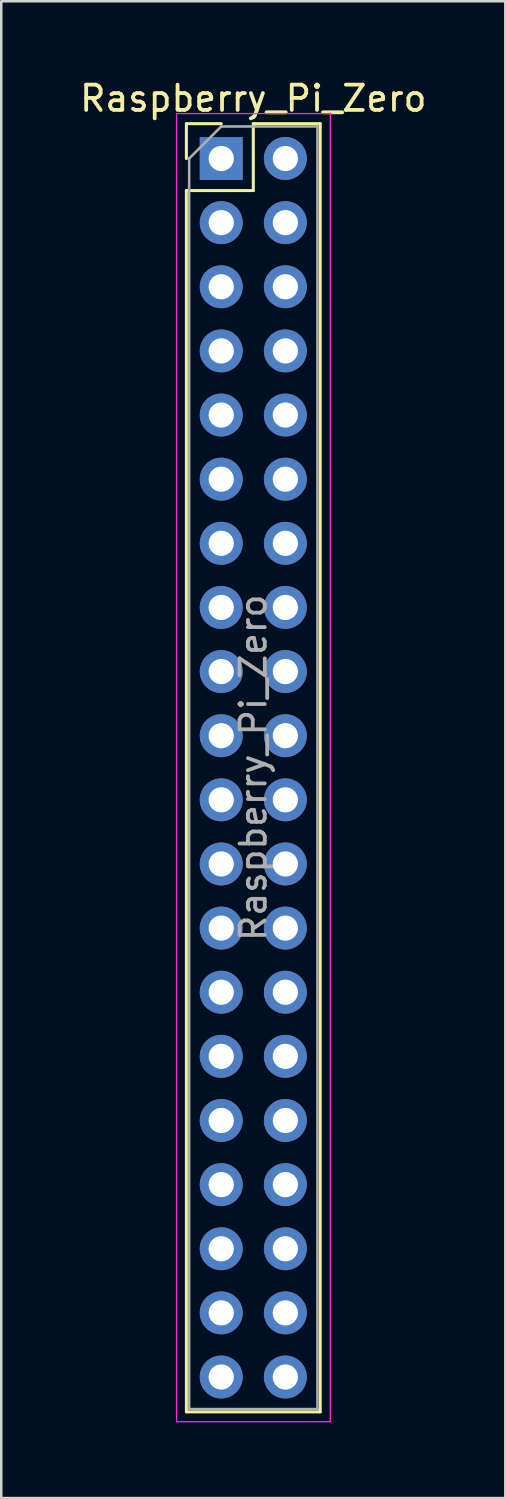
<source format=kicad_pcb>
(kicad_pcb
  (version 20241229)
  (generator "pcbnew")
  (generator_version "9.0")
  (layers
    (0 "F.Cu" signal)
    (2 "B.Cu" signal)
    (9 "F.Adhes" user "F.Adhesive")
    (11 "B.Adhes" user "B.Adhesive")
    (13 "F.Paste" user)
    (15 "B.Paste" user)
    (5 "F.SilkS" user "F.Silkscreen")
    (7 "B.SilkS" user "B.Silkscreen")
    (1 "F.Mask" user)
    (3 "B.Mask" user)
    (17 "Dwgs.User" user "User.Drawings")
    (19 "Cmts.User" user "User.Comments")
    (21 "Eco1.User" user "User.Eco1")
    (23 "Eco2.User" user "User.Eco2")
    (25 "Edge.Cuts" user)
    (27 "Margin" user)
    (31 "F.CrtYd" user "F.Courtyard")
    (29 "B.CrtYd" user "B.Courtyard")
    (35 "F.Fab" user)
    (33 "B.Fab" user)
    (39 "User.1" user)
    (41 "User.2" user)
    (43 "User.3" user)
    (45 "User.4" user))
  (footprint "Raspberry_Pi_Zero"
    (layer "F.Cu")
    (at 5.712 3.228)
    (property "Reference" "Raspberry_Pi_Zero" (at 1.27 -2.38 0) (layer "F.SilkS") (effects (font (size 1 1) (thickness 0.15))))
    (attr through_hole)
    (fp_line (start -1.38 -1.38) (end 0 -1.38) (stroke (width 0.12) (type solid)) (layer "F.SilkS"))
    (fp_line (start -1.38 0) (end -1.38 -1.38) (stroke (width 0.12) (type solid)) (layer "F.SilkS"))
    (fp_line (start -1.38 1.27) (end -1.38 49.64) (stroke (width 0.12) (type solid)) (layer "F.SilkS"))
    (fp_line (start -1.38 1.27) (end 1.27 1.27) (stroke (width 0.12) (type solid)) (layer "F.SilkS"))
    (fp_line (start -1.38 49.64) (end 3.92 49.64) (stroke (width 0.12) (type solid)) (layer "F.SilkS"))
    (fp_line (start 1.27 -1.38) (end 3.92 -1.38) (stroke (width 0.12) (type solid)) (layer "F.SilkS"))
    (fp_line (start 1.27 1.27) (end 1.27 -1.38) (stroke (width 0.12) (type solid)) (layer "F.SilkS"))
    (fp_line (start 3.92 -1.38) (end 3.92 49.64) (stroke (width 0.12) (type solid)) (layer "F.SilkS"))
    (fp_line (start -1.77 -1.78) (end -1.77 50.03) (stroke (width 0.05) (type solid)) (layer "F.CrtYd"))
    (fp_line (start -1.77 50.03) (end 4.32 50.03) (stroke (width 0.05) (type solid)) (layer "F.CrtYd"))
    (fp_line (start 4.32 -1.78) (end -1.77 -1.78) (stroke (width 0.05) (type solid)) (layer "F.CrtYd"))
    (fp_line (start 4.32 50.03) (end 4.32 -1.78) (stroke (width 0.05) (type solid)) (layer "F.CrtYd"))
    (fp_line (start -1.27 0) (end 0 -1.27) (stroke (width 0.1) (type solid)) (layer "F.Fab"))
    (fp_line (start -1.27 49.53) (end -1.27 0) (stroke (width 0.1) (type solid)) (layer "F.Fab"))
    (fp_line (start 0 -1.27) (end 3.81 -1.27) (stroke (width 0.1) (type solid)) (layer "F.Fab"))
    (fp_line (start 3.81 -1.27) (end 3.81 49.53) (stroke (width 0.1) (type solid)) (layer "F.Fab"))
    (fp_line (start 3.81 49.53) (end -1.27 49.53) (stroke (width 0.1) (type solid)) (layer "F.Fab"))
    (fp_text user "${REFERENCE}" (at 1.27 24.13 90) (layer "F.Fab") (effects (font (size 1 1) (thickness 0.15))))
    (pad "1" thru_hole rect (at 0 0) (size 1.7 1.7) (drill 1) (layers "*.Cu" "*.Mask"))
    (pad "2" thru_hole circle (at 2.54 0) (size 1.7 1.7) (drill 1) (layers "*.Cu" "*.Mask"))
    (pad "3" thru_hole circle (at 0 2.54) (size 1.7 1.7) (drill 1) (layers "*.Cu" "*.Mask"))
    (pad "4" thru_hole circle (at 2.54 2.54) (size 1.7 1.7) (drill 1) (layers "*.Cu" "*.Mask"))
    (pad "5" thru_hole circle (at 0 5.08) (size 1.7 1.7) (drill 1) (layers "*.Cu" "*.Mask"))
    (pad "6" thru_hole circle (at 2.54 5.08) (size 1.7 1.7) (drill 1) (layers "*.Cu" "*.Mask"))
    (pad "7" thru_hole circle (at 0 7.62) (size 1.7 1.7) (drill 1) (layers "*.Cu" "*.Mask"))
    (pad "8" thru_hole circle (at 2.54 7.62) (size 1.7 1.7) (drill 1) (layers "*.Cu" "*.Mask"))
    (pad "9" thru_hole circle (at 0 10.16) (size 1.7 1.7) (drill 1) (layers "*.Cu" "*.Mask"))
    (pad "10" thru_hole circle (at 2.54 10.16) (size 1.7 1.7) (drill 1) (layers "*.Cu" "*.Mask"))
    (pad "11" thru_hole circle (at 0 12.7) (size 1.7 1.7) (drill 1) (layers "*.Cu" "*.Mask"))
    (pad "12" thru_hole circle (at 2.54 12.7) (size 1.7 1.7) (drill 1) (layers "*.Cu" "*.Mask"))
    (pad "13" thru_hole circle (at 0 15.24) (size 1.7 1.7) (drill 1) (layers "*.Cu" "*.Mask"))
    (pad "14" thru_hole circle (at 2.54 15.24) (size 1.7 1.7) (drill 1) (layers "*.Cu" "*.Mask"))
    (pad "15" thru_hole circle (at 0 17.78) (size 1.7 1.7) (drill 1) (layers "*.Cu" "*.Mask"))
    (pad "16" thru_hole circle (at 2.54 17.78) (size 1.7 1.7) (drill 1) (layers "*.Cu" "*.Mask"))
    (pad "17" thru_hole circle (at 0 20.32) (size 1.7 1.7) (drill 1) (layers "*.Cu" "*.Mask"))
    (pad "18" thru_hole circle (at 2.54 20.32) (size 1.7 1.7) (drill 1) (layers "*.Cu" "*.Mask"))
    (pad "19" thru_hole circle (at 0 22.86) (size 1.7 1.7) (drill 1) (layers "*.Cu" "*.Mask"))
    (pad "20" thru_hole circle (at 2.54 22.86) (size 1.7 1.7) (drill 1) (layers "*.Cu" "*.Mask"))
    (pad "21" thru_hole circle (at 0 25.4) (size 1.7 1.7) (drill 1) (layers "*.Cu" "*.Mask"))
    (pad "22" thru_hole circle (at 2.54 25.4) (size 1.7 1.7) (drill 1) (layers "*.Cu" "*.Mask"))
    (pad "23" thru_hole circle (at 0 27.94) (size 1.7 1.7) (drill 1) (layers "*.Cu" "*.Mask"))
    (pad "24" thru_hole circle (at 2.54 27.94) (size 1.7 1.7) (drill 1) (layers "*.Cu" "*.Mask"))
    (pad "25" thru_hole circle (at 0 30.48) (size 1.7 1.7) (drill 1) (layers "*.Cu" "*.Mask"))
    (pad "26" thru_hole circle (at 2.54 30.48) (size 1.7 1.7) (drill 1) (layers "*.Cu" "*.Mask"))
    (pad "27" thru_hole circle (at 0 33.02) (size 1.7 1.7) (drill 1) (layers "*.Cu" "*.Mask"))
    (pad "28" thru_hole circle (at 2.54 33.02) (size 1.7 1.7) (drill 1) (layers "*.Cu" "*.Mask"))
    (pad "29" thru_hole circle (at 0 35.56) (size 1.7 1.7) (drill 1) (layers "*.Cu" "*.Mask"))
    (pad "30" thru_hole circle (at 2.54 35.56) (size 1.7 1.7) (drill 1) (layers "*.Cu" "*.Mask"))
    (pad "31" thru_hole circle (at 0 38.1) (size 1.7 1.7) (drill 1) (layers "*.Cu" "*.Mask"))
    (pad "32" thru_hole circle (at 2.54 38.1) (size 1.7 1.7) (drill 1) (layers "*.Cu" "*.Mask"))
    (pad "33" thru_hole circle (at 0 40.64) (size 1.7 1.7) (drill 1) (layers "*.Cu" "*.Mask"))
    (pad "34" thru_hole circle (at 2.54 40.64) (size 1.7 1.7) (drill 1) (layers "*.Cu" "*.Mask"))
    (pad "35" thru_hole circle (at 0 43.18) (size 1.7 1.7) (drill 1) (layers "*.Cu" "*.Mask"))
    (pad "36" thru_hole circle (at 2.54 43.18) (size 1.7 1.7) (drill 1) (layers "*.Cu" "*.Mask"))
    (pad "37" thru_hole circle (at 0 45.72) (size 1.7 1.7) (drill 1) (layers "*.Cu" "*.Mask"))
    (pad "38" thru_hole circle (at 2.54 45.72) (size 1.7 1.7) (drill 1) (layers "*.Cu" "*.Mask"))
    (pad "39" thru_hole circle (at 0 48.26) (size 1.7 1.7) (drill 1) (layers "*.Cu" "*.Mask"))
    (pad "40" thru_hole circle (at 2.54 48.26) (size 1.7 1.7) (drill 1) (layers "*.Cu" "*.Mask")))
  (gr_rect
    (start -3 -3)
    (end 16.964 56.283)
    (stroke (width 0.1) (type default))
    (fill no)
    (layer "Edge.Cuts")))
</source>
